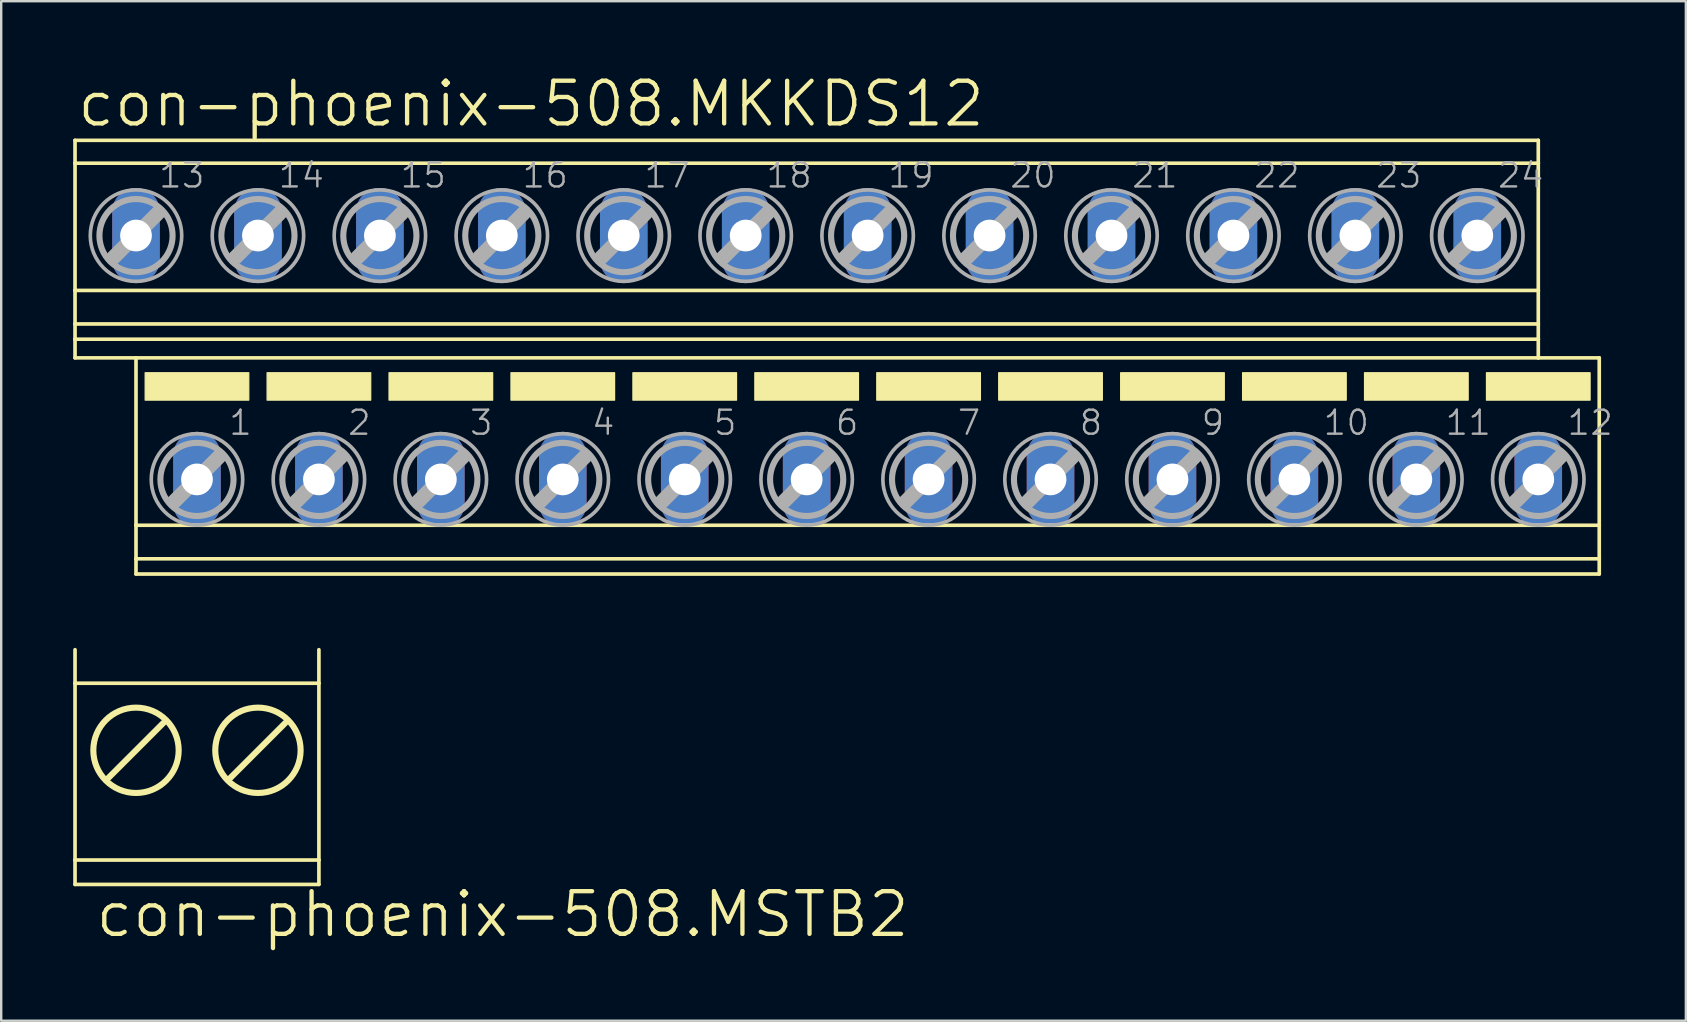
<source format=kicad_pcb>
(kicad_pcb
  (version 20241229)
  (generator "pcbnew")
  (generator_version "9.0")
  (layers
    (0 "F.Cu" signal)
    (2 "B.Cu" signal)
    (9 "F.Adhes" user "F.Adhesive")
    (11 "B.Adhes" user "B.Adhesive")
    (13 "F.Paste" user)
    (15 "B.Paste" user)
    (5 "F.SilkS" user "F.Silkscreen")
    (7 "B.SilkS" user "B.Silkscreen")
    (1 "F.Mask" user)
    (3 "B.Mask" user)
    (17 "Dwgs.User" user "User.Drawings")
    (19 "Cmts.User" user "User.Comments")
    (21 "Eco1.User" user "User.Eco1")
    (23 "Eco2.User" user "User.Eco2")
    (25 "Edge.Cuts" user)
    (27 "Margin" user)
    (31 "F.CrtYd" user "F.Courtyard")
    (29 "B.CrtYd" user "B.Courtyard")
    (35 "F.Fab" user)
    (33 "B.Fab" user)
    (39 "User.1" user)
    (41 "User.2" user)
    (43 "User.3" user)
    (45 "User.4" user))
  (footprint "con-phoenix-508.MKKDS12"
    (layer "F.Cu")
    (at 31.826 12.478)
    (property "Reference" "con-phoenix-508.MKKDS12" (at -31.75 -10.16 0) (layer "F.SilkS") (effects (font (size 1.778 1.778) (thickness 0.18)) (justify left bottom)))
    (attr through_hole)
    (fp_line (start -31.75 -9.682) (end -31.75 -8.729) (stroke (width 0.152) (type default)) (layer "F.SilkS"))
    (fp_line (start -31.75 -9.682) (end 29.21 -9.682) (stroke (width 0.152) (type default)) (layer "F.SilkS"))
    (fp_line (start -31.75 -8.729) (end -31.75 -3.429) (stroke (width 0.152) (type default)) (layer "F.SilkS"))
    (fp_line (start -31.75 -8.729) (end 29.21 -8.729) (stroke (width 0.152) (type default)) (layer "F.SilkS"))
    (fp_line (start -31.75 -3.429) (end -31.75 -2.032) (stroke (width 0.152) (type default)) (layer "F.SilkS"))
    (fp_line (start -31.75 -3.429) (end 29.21 -3.429) (stroke (width 0.152) (type default)) (layer "F.SilkS"))
    (fp_line (start -31.75 -2.032) (end -31.75 -1.397) (stroke (width 0.152) (type default)) (layer "F.SilkS"))
    (fp_line (start -31.75 -2.032) (end 29.21 -2.032) (stroke (width 0.152) (type default)) (layer "F.SilkS"))
    (fp_line (start -31.75 -1.397) (end -31.75 -0.619) (stroke (width 0.152) (type default)) (layer "F.SilkS"))
    (fp_line (start -31.75 -1.397) (end 29.21 -1.397) (stroke (width 0.152) (type default)) (layer "F.SilkS"))
    (fp_line (start -31.75 -0.619) (end -29.21 -0.619) (stroke (width 0.152) (type default)) (layer "F.SilkS"))
    (fp_line (start -29.21 -0.619) (end -29.21 6.355) (stroke (width 0.152) (type default)) (layer "F.SilkS"))
    (fp_line (start -29.21 -0.619) (end 29.21 -0.619) (stroke (width 0.152) (type default)) (layer "F.SilkS"))
    (fp_line (start -29.21 6.355) (end -29.21 7.752) (stroke (width 0.152) (type default)) (layer "F.SilkS"))
    (fp_line (start -29.21 6.355) (end 31.75 6.355) (stroke (width 0.152) (type default)) (layer "F.SilkS"))
    (fp_line (start -29.21 7.752) (end -29.21 8.387) (stroke (width 0.152) (type default)) (layer "F.SilkS"))
    (fp_line (start -29.21 7.752) (end 31.75 7.752) (stroke (width 0.152) (type default)) (layer "F.SilkS"))
    (fp_line (start -29.21 8.387) (end 31.75 8.387) (stroke (width 0.152) (type default)) (layer "F.SilkS"))
    (fp_line (start 29.21 -9.682) (end 29.21 -8.729) (stroke (width 0.152) (type default)) (layer "F.SilkS"))
    (fp_line (start 29.21 -8.729) (end 29.21 -3.429) (stroke (width 0.152) (type default)) (layer "F.SilkS"))
    (fp_line (start 29.21 -3.429) (end 29.21 -2.032) (stroke (width 0.152) (type default)) (layer "F.SilkS"))
    (fp_line (start 29.21 -2.032) (end 29.21 -1.397) (stroke (width 0.152) (type default)) (layer "F.SilkS"))
    (fp_line (start 29.21 -1.397) (end 29.21 -0.619) (stroke (width 0.152) (type default)) (layer "F.SilkS"))
    (fp_line (start 31.75 -0.619) (end 29.21 -0.619) (stroke (width 0.152) (type default)) (layer "F.SilkS"))
    (fp_line (start 31.75 -0.619) (end 31.75 6.355) (stroke (width 0.152) (type default)) (layer "F.SilkS"))
    (fp_line (start 31.75 6.355) (end 31.75 7.752) (stroke (width 0.152) (type default)) (layer "F.SilkS"))
    (fp_line (start 31.75 7.752) (end 31.75 8.387) (stroke (width 0.152) (type default)) (layer "F.SilkS"))
    (fp_rect (start -28.829 1.143) (end -24.511 0) (stroke (width 0.05) (type default)) (fill yes) (layer "F.SilkS"))
    (fp_rect (start -23.749 1.143) (end -19.431 0) (stroke (width 0.05) (type default)) (fill yes) (layer "F.SilkS"))
    (fp_rect (start -18.669 1.143) (end -14.351 0) (stroke (width 0.05) (type default)) (fill yes) (layer "F.SilkS"))
    (fp_rect (start -13.589 1.143) (end -9.271 0) (stroke (width 0.05) (type default)) (fill yes) (layer "F.SilkS"))
    (fp_rect (start -8.509 1.143) (end -4.191 0) (stroke (width 0.05) (type default)) (fill yes) (layer "F.SilkS"))
    (fp_rect (start -3.429 1.143) (end 0.889 0) (stroke (width 0.05) (type default)) (fill yes) (layer "F.SilkS"))
    (fp_rect (start 1.651 1.143) (end 5.969 0) (stroke (width 0.05) (type default)) (fill yes) (layer "F.SilkS"))
    (fp_rect (start 6.731 1.143) (end 11.049 0) (stroke (width 0.05) (type default)) (fill yes) (layer "F.SilkS"))
    (fp_rect (start 11.811 1.143) (end 16.129 0) (stroke (width 0.05) (type default)) (fill yes) (layer "F.SilkS"))
    (fp_rect (start 16.891 1.143) (end 21.209 0) (stroke (width 0.05) (type default)) (fill yes) (layer "F.SilkS"))
    (fp_rect (start 21.971 1.143) (end 26.289 0) (stroke (width 0.05) (type default)) (fill yes) (layer "F.SilkS"))
    (fp_rect (start 27.051 1.143) (end 31.369 0) (stroke (width 0.05) (type default)) (fill yes) (layer "F.SilkS"))
    (fp_line (start -30.15 -4.798) (end -28.296 -6.652) (stroke (width 0.61) (type default)) (layer "F.Fab"))
    (fp_line (start -27.61 5.359) (end -25.756 3.505) (stroke (width 0.61) (type default)) (layer "F.Fab"))
    (fp_line (start -25.07 -4.798) (end -23.216 -6.652) (stroke (width 0.61) (type default)) (layer "F.Fab"))
    (fp_line (start -22.53 5.359) (end -20.676 3.505) (stroke (width 0.61) (type default)) (layer "F.Fab"))
    (fp_line (start -19.99 -4.798) (end -18.136 -6.652) (stroke (width 0.61) (type default)) (layer "F.Fab"))
    (fp_line (start -17.45 5.359) (end -15.596 3.505) (stroke (width 0.61) (type default)) (layer "F.Fab"))
    (fp_line (start -14.91 -4.798) (end -13.056 -6.652) (stroke (width 0.61) (type default)) (layer "F.Fab"))
    (fp_line (start -12.37 5.359) (end -10.516 3.505) (stroke (width 0.61) (type default)) (layer "F.Fab"))
    (fp_line (start -9.83 -4.798) (end -7.976 -6.652) (stroke (width 0.61) (type default)) (layer "F.Fab"))
    (fp_line (start -7.29 5.359) (end -5.436 3.505) (stroke (width 0.61) (type default)) (layer "F.Fab"))
    (fp_line (start -4.75 -4.798) (end -2.896 -6.652) (stroke (width 0.61) (type default)) (layer "F.Fab"))
    (fp_line (start -2.21 5.359) (end -0.356 3.505) (stroke (width 0.61) (type default)) (layer "F.Fab"))
    (fp_line (start 0.33 -4.798) (end 2.184 -6.652) (stroke (width 0.61) (type default)) (layer "F.Fab"))
    (fp_line (start 2.87 5.359) (end 4.724 3.505) (stroke (width 0.61) (type default)) (layer "F.Fab"))
    (fp_line (start 5.41 -4.798) (end 7.264 -6.652) (stroke (width 0.61) (type default)) (layer "F.Fab"))
    (fp_line (start 7.95 5.359) (end 9.804 3.505) (stroke (width 0.61) (type default)) (layer "F.Fab"))
    (fp_line (start 10.49 -4.798) (end 12.344 -6.652) (stroke (width 0.61) (type default)) (layer "F.Fab"))
    (fp_line (start 13.03 5.359) (end 14.884 3.505) (stroke (width 0.61) (type default)) (layer "F.Fab"))
    (fp_line (start 15.57 -4.798) (end 17.424 -6.652) (stroke (width 0.61) (type default)) (layer "F.Fab"))
    (fp_line (start 18.11 5.359) (end 19.964 3.505) (stroke (width 0.61) (type default)) (layer "F.Fab"))
    (fp_line (start 20.65 -4.798) (end 22.504 -6.652) (stroke (width 0.61) (type default)) (layer "F.Fab"))
    (fp_line (start 23.19 5.359) (end 25.044 3.505) (stroke (width 0.61) (type default)) (layer "F.Fab"))
    (fp_line (start 25.73 -4.798) (end 27.584 -6.652) (stroke (width 0.61) (type default)) (layer "F.Fab"))
    (fp_line (start 28.27 5.359) (end 30.124 3.505) (stroke (width 0.61) (type default)) (layer "F.Fab"))
    (fp_circle (center -29.21 -5.712) (end -27.686 -5.712) (stroke (width 0.254) (type default)) (fill no) (layer "F.Fab"))
    (fp_circle (center -29.21 -5.712) (end -27.305 -5.712) (stroke (width 0.152) (type default)) (fill no) (layer "F.Fab"))
    (fp_circle (center -26.67 4.445) (end -25.146 4.445) (stroke (width 0.254) (type default)) (fill no) (layer "F.Fab"))
    (fp_circle (center -26.67 4.445) (end -24.765 4.445) (stroke (width 0.152) (type default)) (fill no) (layer "F.Fab"))
    (fp_circle (center -24.13 -5.712) (end -22.606 -5.712) (stroke (width 0.254) (type default)) (fill no) (layer "F.Fab"))
    (fp_circle (center -24.13 -5.712) (end -22.225 -5.712) (stroke (width 0.152) (type default)) (fill no) (layer "F.Fab"))
    (fp_circle (center -21.59 4.445) (end -20.066 4.445) (stroke (width 0.254) (type default)) (fill no) (layer "F.Fab"))
    (fp_circle (center -21.59 4.445) (end -19.685 4.445) (stroke (width 0.152) (type default)) (fill no) (layer "F.Fab"))
    (fp_circle (center -19.05 -5.712) (end -17.526 -5.712) (stroke (width 0.254) (type default)) (fill no) (layer "F.Fab"))
    (fp_circle (center -19.05 -5.712) (end -17.145 -5.712) (stroke (width 0.152) (type default)) (fill no) (layer "F.Fab"))
    (fp_circle (center -16.51 4.445) (end -14.986 4.445) (stroke (width 0.254) (type default)) (fill no) (layer "F.Fab"))
    (fp_circle (center -16.51 4.445) (end -14.605 4.445) (stroke (width 0.152) (type default)) (fill no) (layer "F.Fab"))
    (fp_circle (center -13.97 -5.712) (end -12.446 -5.712) (stroke (width 0.254) (type default)) (fill no) (layer "F.Fab"))
    (fp_circle (center -13.97 -5.712) (end -12.065 -5.712) (stroke (width 0.152) (type default)) (fill no) (layer "F.Fab"))
    (fp_circle (center -11.43 4.445) (end -9.906 4.445) (stroke (width 0.254) (type default)) (fill no) (layer "F.Fab"))
    (fp_circle (center -11.43 4.445) (end -9.525 4.445) (stroke (width 0.152) (type default)) (fill no) (layer "F.Fab"))
    (fp_circle (center -8.89 -5.712) (end -7.366 -5.712) (stroke (width 0.254) (type default)) (fill no) (layer "F.Fab"))
    (fp_circle (center -8.89 -5.712) (end -6.985 -5.712) (stroke (width 0.152) (type default)) (fill no) (layer "F.Fab"))
    (fp_circle (center -6.35 4.445) (end -4.826 4.445) (stroke (width 0.254) (type default)) (fill no) (layer "F.Fab"))
    (fp_circle (center -6.35 4.445) (end -4.445 4.445) (stroke (width 0.152) (type default)) (fill no) (layer "F.Fab"))
    (fp_circle (center -3.81 -5.712) (end -2.286 -5.712) (stroke (width 0.254) (type default)) (fill no) (layer "F.Fab"))
    (fp_circle (center -3.81 -5.712) (end -1.905 -5.712) (stroke (width 0.152) (type default)) (fill no) (layer "F.Fab"))
    (fp_circle (center -1.27 4.445) (end 0.254 4.445) (stroke (width 0.254) (type default)) (fill no) (layer "F.Fab"))
    (fp_circle (center -1.27 4.445) (end 0.635 4.445) (stroke (width 0.152) (type default)) (fill no) (layer "F.Fab"))
    (fp_circle (center 1.27 -5.712) (end 2.794 -5.712) (stroke (width 0.254) (type default)) (fill no) (layer "F.Fab"))
    (fp_circle (center 1.27 -5.712) (end 3.175 -5.712) (stroke (width 0.152) (type default)) (fill no) (layer "F.Fab"))
    (fp_circle (center 3.81 4.445) (end 5.334 4.445) (stroke (width 0.254) (type default)) (fill no) (layer "F.Fab"))
    (fp_circle (center 3.81 4.445) (end 5.715 4.445) (stroke (width 0.152) (type default)) (fill no) (layer "F.Fab"))
    (fp_circle (center 6.35 -5.712) (end 7.874 -5.712) (stroke (width 0.254) (type default)) (fill no) (layer "F.Fab"))
    (fp_circle (center 6.35 -5.712) (end 8.255 -5.712) (stroke (width 0.152) (type default)) (fill no) (layer "F.Fab"))
    (fp_circle (center 8.89 4.445) (end 10.414 4.445) (stroke (width 0.254) (type default)) (fill no) (layer "F.Fab"))
    (fp_circle (center 8.89 4.445) (end 10.795 4.445) (stroke (width 0.152) (type default)) (fill no) (layer "F.Fab"))
    (fp_circle (center 11.43 -5.712) (end 12.954 -5.712) (stroke (width 0.254) (type default)) (fill no) (layer "F.Fab"))
    (fp_circle (center 11.43 -5.712) (end 13.335 -5.712) (stroke (width 0.152) (type default)) (fill no) (layer "F.Fab"))
    (fp_circle (center 13.97 4.445) (end 15.494 4.445) (stroke (width 0.254) (type default)) (fill no) (layer "F.Fab"))
    (fp_circle (center 13.97 4.445) (end 15.875 4.445) (stroke (width 0.152) (type default)) (fill no) (layer "F.Fab"))
    (fp_circle (center 16.51 -5.712) (end 18.034 -5.712) (stroke (width 0.254) (type default)) (fill no) (layer "F.Fab"))
    (fp_circle (center 16.51 -5.712) (end 18.415 -5.712) (stroke (width 0.152) (type default)) (fill no) (layer "F.Fab"))
    (fp_circle (center 19.05 4.445) (end 20.574 4.445) (stroke (width 0.254) (type default)) (fill no) (layer "F.Fab"))
    (fp_circle (center 19.05 4.445) (end 20.955 4.445) (stroke (width 0.152) (type default)) (fill no) (layer "F.Fab"))
    (fp_circle (center 21.59 -5.712) (end 23.114 -5.712) (stroke (width 0.254) (type default)) (fill no) (layer "F.Fab"))
    (fp_circle (center 21.59 -5.712) (end 23.495 -5.712) (stroke (width 0.152) (type default)) (fill no) (layer "F.Fab"))
    (fp_circle (center 24.13 4.445) (end 25.654 4.445) (stroke (width 0.254) (type default)) (fill no) (layer "F.Fab"))
    (fp_circle (center 24.13 4.445) (end 26.035 4.445) (stroke (width 0.152) (type default)) (fill no) (layer "F.Fab"))
    (fp_circle (center 26.67 -5.712) (end 28.194 -5.712) (stroke (width 0.254) (type default)) (fill no) (layer "F.Fab"))
    (fp_circle (center 26.67 -5.712) (end 28.575 -5.712) (stroke (width 0.152) (type default)) (fill no) (layer "F.Fab"))
    (fp_circle (center 29.21 4.445) (end 30.734 4.445) (stroke (width 0.254) (type default)) (fill no) (layer "F.Fab"))
    (fp_circle (center 29.21 4.445) (end 31.115 4.445) (stroke (width 0.152) (type default)) (fill no) (layer "F.Fab"))
    (fp_text user "4" (at -10.287 2.667 0) (layer "F.Fab") (effects (font (size 1 1) (thickness 0.1)) (justify left bottom)))
    (fp_text user "6" (at -0.127 2.667 0) (layer "F.Fab") (effects (font (size 1 1) (thickness 0.1)) (justify left bottom)))
    (fp_text user "20" (at 7.139 -7.636 0) (layer "F.Fab") (effects (font (size 1 1) (thickness 0.1)) (justify left bottom)))
    (fp_text user "16" (at -13.181 -7.636 0) (layer "F.Fab") (effects (font (size 1 1) (thickness 0.1)) (justify left bottom)))
    (fp_text user "10" (at 20.193 2.667 0) (layer "F.Fab") (effects (font (size 1 1) (thickness 0.1)) (justify left bottom)))
    (fp_text user "13" (at -28.321 -7.636 0) (layer "F.Fab") (effects (font (size 1 1) (thickness 0.1)) (justify left bottom)))
    (fp_text user "8" (at 10.033 2.667 0) (layer "F.Fab") (effects (font (size 1 1) (thickness 0.1)) (justify left bottom)))
    (fp_text user "3" (at -15.367 2.667 0) (layer "F.Fab") (effects (font (size 1 1) (thickness 0.1)) (justify left bottom)))
    (fp_text user "22" (at 17.299 -7.636 0) (layer "F.Fab") (effects (font (size 1 1) (thickness 0.1)) (justify left bottom)))
    (fp_text user "9" (at 15.113 2.667 0) (layer "F.Fab") (effects (font (size 1 1) (thickness 0.1)) (justify left bottom)))
    (fp_text user "14" (at -23.341 -7.636 0) (layer "F.Fab") (effects (font (size 1 1) (thickness 0.1)) (justify left bottom)))
    (fp_text user "11" (at 25.273 2.667 0) (layer "F.Fab") (effects (font (size 1 1) (thickness 0.1)) (justify left bottom)))
    (fp_text user "18" (at -3.021 -7.636 0) (layer "F.Fab") (effects (font (size 1 1) (thickness 0.1)) (justify left bottom)))
    (fp_text user "1" (at -25.4 2.667 0) (layer "F.Fab") (effects (font (size 1 1) (thickness 0.1)) (justify left bottom)))
    (fp_text user "21" (at 12.219 -7.636 0) (layer "F.Fab") (effects (font (size 1 1) (thickness 0.1)) (justify left bottom)))
    (fp_text user "23" (at 22.379 -7.636 0) (layer "F.Fab") (effects (font (size 1 1) (thickness 0.1)) (justify left bottom)))
    (fp_text user "7" (at 4.953 2.667 0) (layer "F.Fab") (effects (font (size 1 1) (thickness 0.1)) (justify left bottom)))
    (fp_text user "2" (at -20.447 2.667 0) (layer "F.Fab") (effects (font (size 1 1) (thickness 0.1)) (justify left bottom)))
    (fp_text user "19" (at 2.059 -7.636 0) (layer "F.Fab") (effects (font (size 1 1) (thickness 0.1)) (justify left bottom)))
    (fp_text user "24" (at 27.459 -7.636 0) (layer "F.Fab") (effects (font (size 1 1) (thickness 0.1)) (justify left bottom)))
    (fp_text user "12" (at 30.353 2.667 0) (layer "F.Fab") (effects (font (size 1 1) (thickness 0.1)) (justify left bottom)))
    (fp_text user "17" (at -8.101 -7.636 0) (layer "F.Fab") (effects (font (size 1 1) (thickness 0.1)) (justify left bottom)))
    (fp_text user "5" (at -5.207 2.667 0) (layer "F.Fab") (effects (font (size 1 1) (thickness 0.1)) (justify left bottom)))
    (fp_text user "15" (at -18.261 -7.636 0) (layer "F.Fab") (effects (font (size 1 1) (thickness 0.1)) (justify left bottom)))
    (pad "1" thru_hole oval (at -26.67 4.445 90) (size 3.962 1.981) (drill 1.321) (layers "*.Cu" "*.Mask"))
    (pad "2" thru_hole oval (at -21.59 4.445 90) (size 3.962 1.981) (drill 1.321) (layers "*.Cu" "*.Mask"))
    (pad "3" thru_hole oval (at -16.51 4.445 90) (size 3.962 1.981) (drill 1.321) (layers "*.Cu" "*.Mask"))
    (pad "4" thru_hole oval (at -11.43 4.445 90) (size 3.962 1.981) (drill 1.321) (layers "*.Cu" "*.Mask"))
    (pad "5" thru_hole oval (at -6.35 4.445 90) (size 3.962 1.981) (drill 1.321) (layers "*.Cu" "*.Mask"))
    (pad "6" thru_hole oval (at -1.27 4.445 90) (size 3.962 1.981) (drill 1.321) (layers "*.Cu" "*.Mask"))
    (pad "7" thru_hole oval (at 3.81 4.445 90) (size 3.962 1.981) (drill 1.321) (layers "*.Cu" "*.Mask"))
    (pad "8" thru_hole oval (at 8.89 4.445 90) (size 3.962 1.981) (drill 1.321) (layers "*.Cu" "*.Mask"))
    (pad "9" thru_hole oval (at 13.97 4.445 90) (size 3.962 1.981) (drill 1.321) (layers "*.Cu" "*.Mask"))
    (pad "10" thru_hole oval (at 19.05 4.445 90) (size 3.962 1.981) (drill 1.321) (layers "*.Cu" "*.Mask"))
    (pad "11" thru_hole oval (at 24.13 4.445 90) (size 3.962 1.981) (drill 1.321) (layers "*.Cu" "*.Mask"))
    (pad "12" thru_hole oval (at 29.21 4.445 90) (size 3.962 1.981) (drill 1.321) (layers "*.Cu" "*.Mask"))
    (pad "13" thru_hole oval (at -29.21 -5.715 90) (size 3.962 1.981) (drill 1.321) (layers "*.Cu" "*.Mask"))
    (pad "14" thru_hole oval (at -24.13 -5.715 90) (size 3.962 1.981) (drill 1.321) (layers "*.Cu" "*.Mask"))
    (pad "15" thru_hole oval (at -19.05 -5.715 90) (size 3.962 1.981) (drill 1.321) (layers "*.Cu" "*.Mask"))
    (pad "16" thru_hole oval (at -13.97 -5.715 90) (size 3.962 1.981) (drill 1.321) (layers "*.Cu" "*.Mask"))
    (pad "17" thru_hole oval (at -8.89 -5.715 90) (size 3.962 1.981) (drill 1.321) (layers "*.Cu" "*.Mask"))
    (pad "18" thru_hole oval (at -3.81 -5.715 90) (size 3.962 1.981) (drill 1.321) (layers "*.Cu" "*.Mask"))
    (pad "19" thru_hole oval (at 1.27 -5.715 90) (size 3.962 1.981) (drill 1.321) (layers "*.Cu" "*.Mask"))
    (pad "20" thru_hole oval (at 6.35 -5.715 90) (size 3.962 1.981) (drill 1.321) (layers "*.Cu" "*.Mask"))
    (pad "21" thru_hole oval (at 11.43 -5.715 90) (size 3.962 1.981) (drill 1.321) (layers "*.Cu" "*.Mask"))
    (pad "22" thru_hole oval (at 16.51 -5.715 90) (size 3.962 1.981) (drill 1.321) (layers "*.Cu" "*.Mask"))
    (pad "23" thru_hole oval (at 21.59 -5.715 90) (size 3.962 1.981) (drill 1.321) (layers "*.Cu" "*.Mask"))
    (pad "24" thru_hole oval (at 26.67 -5.715 90) (size 3.962 1.981) (drill 1.321) (layers "*.Cu" "*.Mask")))
  (footprint "con-phoenix-508.MSTB2"
    (layer "F.Cu")
    (at 5.156 29.224)
    (property "Reference" "con-phoenix-508.MSTB2" (at -4.318 6.858 0) (layer "F.SilkS") (effects (font (size 1.778 1.778) (thickness 0.18)) (justify left bottom)))
    (fp_line (start -5.08 -3.81) (end -5.08 -5.207) (stroke (width 0.152) (type default)) (layer "F.SilkS"))
    (fp_line (start -5.08 -3.81) (end -5.08 3.556) (stroke (width 0.152) (type default)) (layer "F.SilkS"))
    (fp_line (start -5.08 -3.81) (end 5.08 -3.81) (stroke (width 0.152) (type default)) (layer "F.SilkS"))
    (fp_line (start -5.08 3.556) (end -5.08 4.572) (stroke (width 0.152) (type default)) (layer "F.SilkS"))
    (fp_line (start -5.08 3.556) (end 5.08 3.556) (stroke (width 0.152) (type default)) (layer "F.SilkS"))
    (fp_line (start -5.08 4.572) (end 5.08 4.572) (stroke (width 0.152) (type default)) (layer "F.SilkS"))
    (fp_line (start -3.683 0.127) (end -1.397 -2.159) (stroke (width 0.254) (type default)) (layer "F.SilkS"))
    (fp_line (start 1.397 0.127) (end 3.683 -2.159) (stroke (width 0.254) (type default)) (layer "F.SilkS"))
    (fp_line (start 5.08 -3.81) (end 5.08 -5.207) (stroke (width 0.152) (type default)) (layer "F.SilkS"))
    (fp_line (start 5.08 -3.81) (end 5.08 3.556) (stroke (width 0.152) (type default)) (layer "F.SilkS"))
    (fp_line (start 5.08 3.556) (end 5.08 4.572) (stroke (width 0.152) (type default)) (layer "F.SilkS"))
    (fp_circle (center -2.54 -1.016) (end -0.762 -1.016) (stroke (width 0.254) (type default)) (fill no) (layer "F.SilkS"))
    (fp_circle (center 2.54 -1.016) (end 4.318 -1.016) (stroke (width 0.254) (type default)) (fill no) (layer "F.SilkS")))
  (gr_rect
    (start -3 -3)
    (end 67.184 39.476)
    (stroke (width 0.1) (type default))
    (fill no)
    (layer "Edge.Cuts")))
</source>
